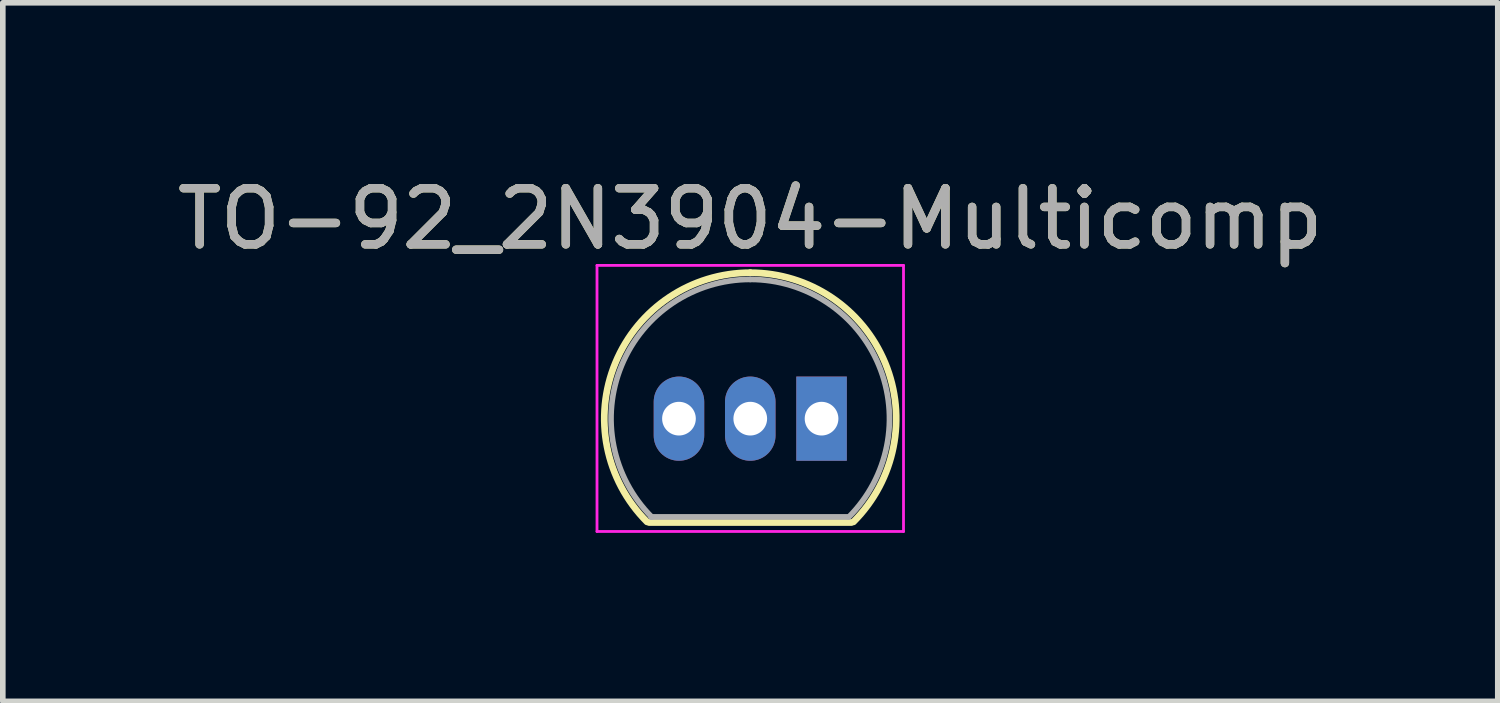
<source format=kicad_pcb>
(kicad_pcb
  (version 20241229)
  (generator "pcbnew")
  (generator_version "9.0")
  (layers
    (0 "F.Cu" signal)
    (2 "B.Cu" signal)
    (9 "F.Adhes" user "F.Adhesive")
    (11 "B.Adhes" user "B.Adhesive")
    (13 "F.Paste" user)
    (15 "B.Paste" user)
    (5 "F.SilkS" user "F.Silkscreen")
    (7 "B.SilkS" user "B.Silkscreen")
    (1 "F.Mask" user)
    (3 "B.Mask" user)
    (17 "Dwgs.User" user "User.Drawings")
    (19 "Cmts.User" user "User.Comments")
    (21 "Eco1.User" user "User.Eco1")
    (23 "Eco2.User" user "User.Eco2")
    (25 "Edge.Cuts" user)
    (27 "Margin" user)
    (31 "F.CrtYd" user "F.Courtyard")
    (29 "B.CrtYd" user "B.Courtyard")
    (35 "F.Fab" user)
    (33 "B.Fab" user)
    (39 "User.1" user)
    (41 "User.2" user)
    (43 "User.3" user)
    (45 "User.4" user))
  (footprint "TO-92_2N3904-Multicomp"
    (layer "F.Cu")
    (at 9.045 4.408)
    (property "Reference" "TO-92_2N3904-Multicomp" (at 1.27 -3.56 0) (layer "F.SilkS") (effects (font (size 1 1) (thickness 0.15))))
    (attr through_hole)
    (fp_line (start -0.53 1.85) (end 3.07 1.85) (stroke (width 0.12) (type solid)) (layer "F.SilkS"))
    (fp_arc (start -0.568478 1.838478) (mid -1.132087 -0.994977) (end 1.27 -2.6) (stroke (width 0.12) (type solid)) (layer "F.SilkS"))
    (fp_arc (start 1.27 -2.6) (mid 3.672087 -0.994977) (end 3.108478 1.838478) (stroke (width 0.12) (type solid)) (layer "F.SilkS"))
    (fp_line (start -1.46 -2.73) (end -1.46 2.01) (stroke (width 0.05) (type solid)) (layer "F.CrtYd"))
    (fp_line (start -1.46 -2.73) (end 4 -2.73) (stroke (width 0.05) (type solid)) (layer "F.CrtYd"))
    (fp_line (start 4 2.01) (end -1.46 2.01) (stroke (width 0.05) (type solid)) (layer "F.CrtYd"))
    (fp_line (start 4 2.01) (end 4 -2.73) (stroke (width 0.05) (type solid)) (layer "F.CrtYd"))
    (fp_line (start -0.5 1.75) (end 3 1.75) (stroke (width 0.1) (type solid)) (layer "F.Fab"))
    (fp_arc (start -0.483625 1.753625) (mid -1.021221 -0.949055) (end 1.27 -2.48) (stroke (width 0.1) (type solid)) (layer "F.Fab"))
    (fp_arc (start 1.27 -2.48) (mid 3.561221 -0.949055) (end 3.023625 1.753625) (stroke (width 0.1) (type solid)) (layer "F.Fab"))
    (fp_text user "${REFERENCE}" (at 1.27 -3.56 0) (layer "F.Fab") (effects (font (size 1 1) (thickness 0.15))))
    (pad "1" thru_hole rect (at 2.54 0 180) (size 0.9 1.5) (drill 0.6) (layers "*.Cu" "*.Mask"))
    (pad "2" thru_hole oval (at 1.27 0 180) (size 0.9 1.5) (drill 0.6) (layers "*.Cu" "*.Mask"))
    (pad "3" thru_hole oval (at 0 0 180) (size 0.9 1.5) (drill 0.6) (layers "*.Cu" "*.Mask")))
  (gr_rect
    (start -3 -3)
    (end 23.631 9.443)
    (stroke (width 0.1) (type default))
    (fill no)
    (layer "Edge.Cuts")))
</source>
